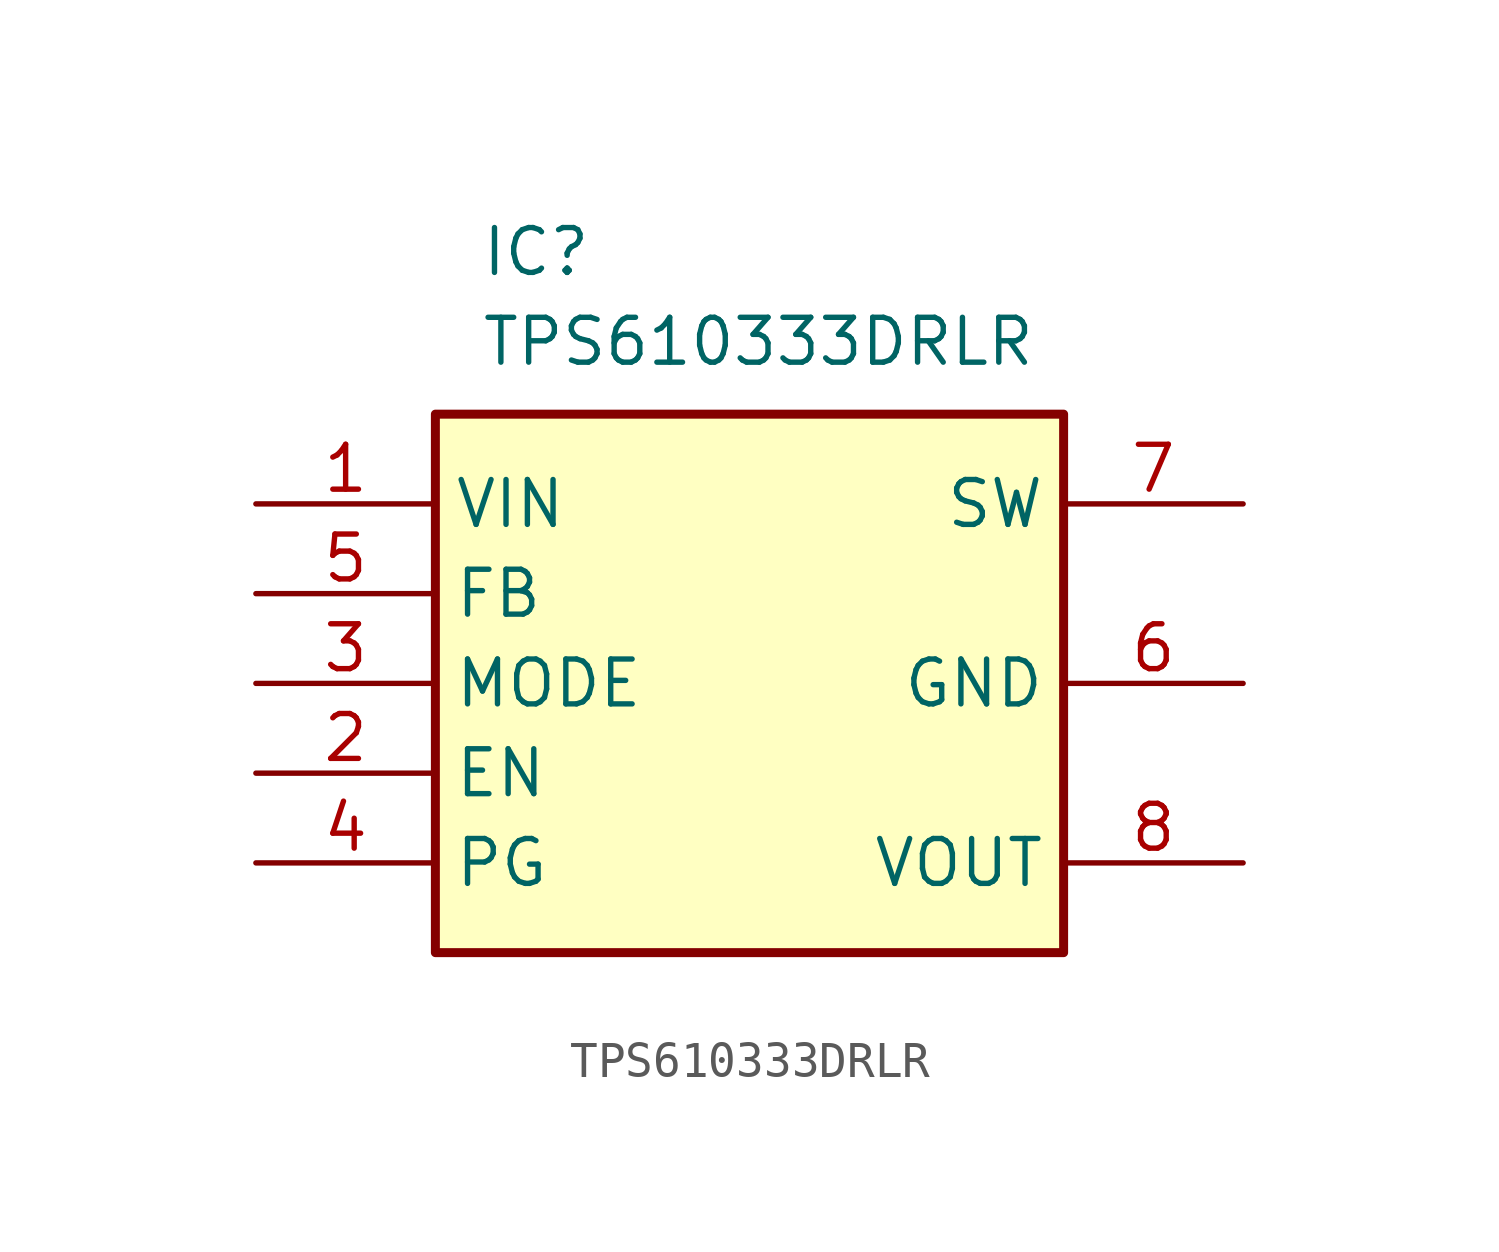
<source format=kicad_sym>
(kicad_symbol_lib
  (version 20241209)
  (generator "kicad_symbol_editor")
  (generator_version "9.0")
  (symbol "TPS610333DRLR"
    (property "Reference" "IC"
      (at -7.62 11.684 0)
      (effects (font (size 1.27 1.27)) (justify left top)))
    (property "Value" "TPS610333DRLR"
      (at -7.62 9.144 0)
      (effects (font (size 1.27 1.27)) (justify left top)))
    (symbol "TPS610333DRLR_1_1"
      (rectangle (start -8.89 6.35) (end 8.89 -8.89) (stroke (width 0.254) (type default)) (fill (type background)))
      (pin passive line (at -13.97 3.81 0) (length 5.08) (name "VIN" (effects (font (size 1.27 1.27)))) (number "1" (effects (font (size 1.27 1.27)))))
      (pin passive line (at -13.97 1.27 0) (length 5.08) (name "FB" (effects (font (size 1.27 1.27)))) (number "5" (effects (font (size 1.27 1.27)))))
      (pin passive line (at -13.97 -1.27 0) (length 5.08) (name "MODE" (effects (font (size 1.27 1.27)))) (number "3" (effects (font (size 1.27 1.27)))))
      (pin passive line (at -13.97 -3.81 0) (length 5.08) (name "EN" (effects (font (size 1.27 1.27)))) (number "2" (effects (font (size 1.27 1.27)))))
      (pin passive line (at -13.97 -6.35 0) (length 5.08) (name "PG" (effects (font (size 1.27 1.27)))) (number "4" (effects (font (size 1.27 1.27)))))
      (pin passive line (at 13.97 3.81 180) (length 5.08) (name "SW" (effects (font (size 1.27 1.27)))) (number "7" (effects (font (size 1.27 1.27)))))
      (pin passive line (at 13.97 -1.27 180) (length 5.08) (name "GND" (effects (font (size 1.27 1.27)))) (number "6" (effects (font (size 1.27 1.27)))))
      (pin passive line (at 13.97 -6.35 180) (length 5.08) (name "VOUT" (effects (font (size 1.27 1.27)))) (number "8" (effects (font (size 1.27 1.27))))))))
</source>
